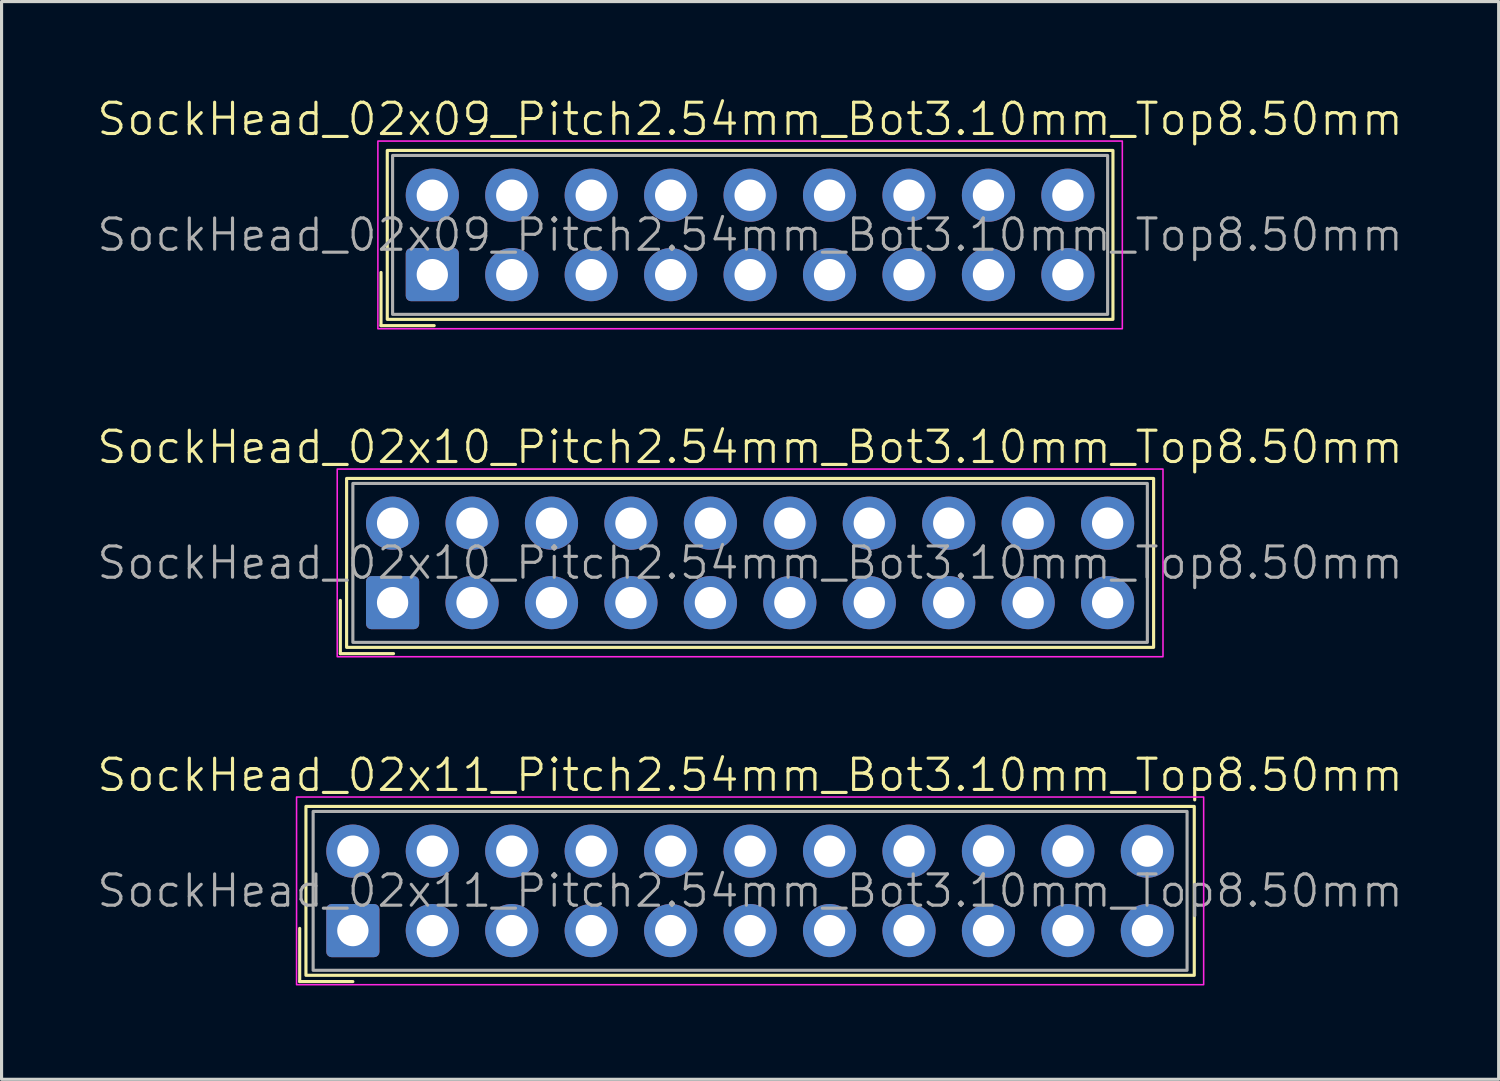
<source format=kicad_pcb>
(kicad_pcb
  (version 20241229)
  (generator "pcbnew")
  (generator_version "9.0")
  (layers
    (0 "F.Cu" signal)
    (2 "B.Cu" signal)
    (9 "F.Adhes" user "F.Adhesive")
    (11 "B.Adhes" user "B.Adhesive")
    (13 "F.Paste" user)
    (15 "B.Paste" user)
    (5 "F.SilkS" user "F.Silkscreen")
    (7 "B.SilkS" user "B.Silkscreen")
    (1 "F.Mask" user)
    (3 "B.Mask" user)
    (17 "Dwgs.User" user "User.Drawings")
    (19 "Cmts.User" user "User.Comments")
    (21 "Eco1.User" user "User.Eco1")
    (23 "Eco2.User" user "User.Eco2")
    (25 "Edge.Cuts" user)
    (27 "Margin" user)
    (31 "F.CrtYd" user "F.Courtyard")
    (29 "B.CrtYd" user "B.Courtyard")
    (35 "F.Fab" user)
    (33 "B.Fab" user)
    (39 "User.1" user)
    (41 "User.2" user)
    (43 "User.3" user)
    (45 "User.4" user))
  (footprint "SockHead_02x10_Pitch2.54mm_Bot3.10mm_Top8.50mm"
    (layer "F.Cu")
    (at 20.931 14.946)
    (property "Reference" "SockHead_02x10_Pitch2.54mm_Bot3.10mm_Top8.50mm" (at 0 -3.7 0) (unlocked yes) (layer "F.SilkS") (effects (font (size 1 1) (thickness 0.1))))
    (attr through_hole)
    (fp_line (start -13.1 1.2) (end -13.1 2.9) (stroke (width 0.1) (type default)) (layer "F.SilkS"))
    (fp_line (start -13.1 2.9) (end -11.4 2.9) (stroke (width 0.1) (type default)) (layer "F.SilkS"))
    (fp_rect (start -12.9 -2.7) (end 12.9 2.7) (stroke (width 0.1) (type default)) (fill no) (layer "F.SilkS"))
    (fp_rect (start -13.2 -3) (end 13.2 3) (stroke (width 0.05) (type default)) (fill no) (layer "F.CrtYd"))
    (fp_rect (start -12.7 -2.54) (end 12.7 2.54) (stroke (width 0.1) (type default)) (fill no) (layer "F.Fab"))
    (fp_text user "${REFERENCE}" (at 0 0 0) (unlocked yes) (layer "F.Fab") (effects (font (size 1 1) (thickness 0.1))))
    (pad "1" thru_hole roundrect (at -11.43 1.27) (size 1.7 1.7) (drill 1) (layers "*.Cu" "*.Mask") (roundrect_rratio 0.1))
    (pad "2" thru_hole circle (at -11.43 -1.27) (size 1.7 1.7) (drill 1) (layers "*.Cu" "*.Mask"))
    (pad "3" thru_hole circle (at -8.89 1.27) (size 1.7 1.7) (drill 1) (layers "*.Cu" "*.Mask"))
    (pad "4" thru_hole circle (at -8.89 -1.27) (size 1.7 1.7) (drill 1) (layers "*.Cu" "*.Mask"))
    (pad "5" thru_hole circle (at -6.35 1.27) (size 1.7 1.7) (drill 1) (layers "*.Cu" "*.Mask"))
    (pad "6" thru_hole circle (at -6.35 -1.27) (size 1.7 1.7) (drill 1) (layers "*.Cu" "*.Mask"))
    (pad "7" thru_hole circle (at -3.81 1.27) (size 1.7 1.7) (drill 1) (layers "*.Cu" "*.Mask"))
    (pad "8" thru_hole circle (at -3.81 -1.27) (size 1.7 1.7) (drill 1) (layers "*.Cu" "*.Mask"))
    (pad "9" thru_hole circle (at -1.27 1.27) (size 1.7 1.7) (drill 1) (layers "*.Cu" "*.Mask"))
    (pad "10" thru_hole circle (at -1.27 -1.27) (size 1.7 1.7) (drill 1) (layers "*.Cu" "*.Mask"))
    (pad "11" thru_hole circle (at 1.27 1.27) (size 1.7 1.7) (drill 1) (layers "*.Cu" "*.Mask"))
    (pad "12" thru_hole circle (at 1.27 -1.27) (size 1.7 1.7) (drill 1) (layers "*.Cu" "*.Mask"))
    (pad "13" thru_hole circle (at 3.81 1.27) (size 1.7 1.7) (drill 1) (layers "*.Cu" "*.Mask"))
    (pad "14" thru_hole circle (at 3.81 -1.27) (size 1.7 1.7) (drill 1) (layers "*.Cu" "*.Mask"))
    (pad "15" thru_hole circle (at 6.35 1.27) (size 1.7 1.7) (drill 1) (layers "*.Cu" "*.Mask"))
    (pad "16" thru_hole circle (at 6.35 -1.27) (size 1.7 1.7) (drill 1) (layers "*.Cu" "*.Mask"))
    (pad "17" thru_hole circle (at 8.89 1.27) (size 1.7 1.7) (drill 1) (layers "*.Cu" "*.Mask"))
    (pad "18" thru_hole circle (at 8.89 -1.27) (size 1.7 1.7) (drill 1) (layers "*.Cu" "*.Mask"))
    (pad "19" thru_hole circle (at 11.43 1.27) (size 1.7 1.7) (drill 1) (layers "*.Cu" "*.Mask"))
    (pad "20" thru_hole circle (at 11.43 -1.27) (size 1.7 1.7) (drill 1) (layers "*.Cu" "*.Mask")))
  (footprint "SockHead_02x11_Pitch2.54mm_Bot3.10mm_Top8.50mm"
    (layer "F.Cu")
    (at 20.931 25.431)
    (property "Reference" "SockHead_02x11_Pitch2.54mm_Bot3.10mm_Top8.50mm" (at 0 -3.7 0) (unlocked yes) (layer "F.SilkS") (effects (font (size 1 1) (thickness 0.1))))
    (attr through_hole)
    (fp_line (start -14.4 1.2) (end -14.4 2.9) (stroke (width 0.1) (type default)) (layer "F.SilkS"))
    (fp_line (start -14.4 2.9) (end -12.7 2.9) (stroke (width 0.1) (type default)) (layer "F.SilkS"))
    (fp_rect (start -14.2 -2.7) (end 14.2 2.7) (stroke (width 0.1) (type default)) (fill no) (layer "F.SilkS"))
    (fp_rect (start -14.5 -3) (end 14.5 3) (stroke (width 0.05) (type default)) (fill no) (layer "F.CrtYd"))
    (fp_rect (start -13.97 -2.54) (end 13.97 2.54) (stroke (width 0.1) (type default)) (fill no) (layer "F.Fab"))
    (fp_text user "${REFERENCE}" (at 0 0 0) (unlocked yes) (layer "F.Fab") (effects (font (size 1 1) (thickness 0.1))))
    (pad "1" thru_hole roundrect (at -12.7 1.27) (size 1.7 1.7) (drill 1) (layers "*.Cu" "*.Mask") (roundrect_rratio 0.1))
    (pad "2" thru_hole circle (at -12.7 -1.27) (size 1.7 1.7) (drill 1) (layers "*.Cu" "*.Mask"))
    (pad "3" thru_hole circle (at -10.16 1.27) (size 1.7 1.7) (drill 1) (layers "*.Cu" "*.Mask"))
    (pad "4" thru_hole circle (at -10.16 -1.27) (size 1.7 1.7) (drill 1) (layers "*.Cu" "*.Mask"))
    (pad "5" thru_hole circle (at -7.62 1.27) (size 1.7 1.7) (drill 1) (layers "*.Cu" "*.Mask"))
    (pad "6" thru_hole circle (at -7.62 -1.27) (size 1.7 1.7) (drill 1) (layers "*.Cu" "*.Mask"))
    (pad "7" thru_hole circle (at -5.08 1.27) (size 1.7 1.7) (drill 1) (layers "*.Cu" "*.Mask"))
    (pad "8" thru_hole circle (at -5.08 -1.27) (size 1.7 1.7) (drill 1) (layers "*.Cu" "*.Mask"))
    (pad "9" thru_hole circle (at -2.54 1.27) (size 1.7 1.7) (drill 1) (layers "*.Cu" "*.Mask"))
    (pad "10" thru_hole circle (at -2.54 -1.27) (size 1.7 1.7) (drill 1) (layers "*.Cu" "*.Mask"))
    (pad "11" thru_hole circle (at 0 1.27) (size 1.7 1.7) (drill 1) (layers "*.Cu" "*.Mask"))
    (pad "12" thru_hole circle (at 0 -1.27) (size 1.7 1.7) (drill 1) (layers "*.Cu" "*.Mask"))
    (pad "13" thru_hole circle (at 2.54 1.27) (size 1.7 1.7) (drill 1) (layers "*.Cu" "*.Mask"))
    (pad "14" thru_hole circle (at 2.54 -1.27) (size 1.7 1.7) (drill 1) (layers "*.Cu" "*.Mask"))
    (pad "15" thru_hole circle (at 5.08 1.27) (size 1.7 1.7) (drill 1) (layers "*.Cu" "*.Mask"))
    (pad "16" thru_hole circle (at 5.08 -1.27) (size 1.7 1.7) (drill 1) (layers "*.Cu" "*.Mask"))
    (pad "17" thru_hole circle (at 7.62 1.27) (size 1.7 1.7) (drill 1) (layers "*.Cu" "*.Mask"))
    (pad "18" thru_hole circle (at 7.62 -1.27) (size 1.7 1.7) (drill 1) (layers "*.Cu" "*.Mask"))
    (pad "19" thru_hole circle (at 10.16 1.27) (size 1.7 1.7) (drill 1) (layers "*.Cu" "*.Mask"))
    (pad "20" thru_hole circle (at 10.16 -1.27) (size 1.7 1.7) (drill 1) (layers "*.Cu" "*.Mask"))
    (pad "21" thru_hole circle (at 12.7 1.27) (size 1.7 1.7) (drill 1) (layers "*.Cu" "*.Mask"))
    (pad "22" thru_hole circle (at 12.7 -1.27) (size 1.7 1.7) (drill 1) (layers "*.Cu" "*.Mask")))
  (footprint "SockHead_02x09_Pitch2.54mm_Bot3.10mm_Top8.50mm"
    (layer "F.Cu")
    (at 20.931 4.46)
    (property "Reference" "SockHead_02x09_Pitch2.54mm_Bot3.10mm_Top8.50mm" (at 0 -3.7 0) (unlocked yes) (layer "F.SilkS") (effects (font (size 1 1) (thickness 0.1))))
    (attr through_hole)
    (fp_line (start -11.8 1.2) (end -11.8 2.9) (stroke (width 0.1) (type default)) (layer "F.SilkS"))
    (fp_line (start -11.8 2.9) (end -10.1 2.9) (stroke (width 0.1) (type default)) (layer "F.SilkS"))
    (fp_rect (start -11.6 -2.7) (end 11.6 2.7) (stroke (width 0.1) (type default)) (fill no) (layer "F.SilkS"))
    (fp_rect (start -11.9 -3) (end 11.9 3) (stroke (width 0.05) (type default)) (fill no) (layer "F.CrtYd"))
    (fp_rect (start -11.43 -2.54) (end 11.43 2.54) (stroke (width 0.1) (type default)) (fill no) (layer "F.Fab"))
    (fp_text user "${REFERENCE}" (at 0 0 0) (unlocked yes) (layer "F.Fab") (effects (font (size 1 1) (thickness 0.1))))
    (pad "1" thru_hole roundrect (at -10.16 1.27) (size 1.7 1.7) (drill 1) (layers "*.Cu" "*.Mask") (roundrect_rratio 0.1))
    (pad "2" thru_hole circle (at -10.16 -1.27) (size 1.7 1.7) (drill 1) (layers "*.Cu" "*.Mask"))
    (pad "3" thru_hole circle (at -7.62 1.27) (size 1.7 1.7) (drill 1) (layers "*.Cu" "*.Mask"))
    (pad "4" thru_hole circle (at -7.62 -1.27) (size 1.7 1.7) (drill 1) (layers "*.Cu" "*.Mask"))
    (pad "5" thru_hole circle (at -5.08 1.27) (size 1.7 1.7) (drill 1) (layers "*.Cu" "*.Mask"))
    (pad "6" thru_hole circle (at -5.08 -1.27) (size 1.7 1.7) (drill 1) (layers "*.Cu" "*.Mask"))
    (pad "7" thru_hole circle (at -2.54 1.27) (size 1.7 1.7) (drill 1) (layers "*.Cu" "*.Mask"))
    (pad "8" thru_hole circle (at -2.54 -1.27) (size 1.7 1.7) (drill 1) (layers "*.Cu" "*.Mask"))
    (pad "9" thru_hole circle (at 0 1.27) (size 1.7 1.7) (drill 1) (layers "*.Cu" "*.Mask"))
    (pad "10" thru_hole circle (at 0 -1.27) (size 1.7 1.7) (drill 1) (layers "*.Cu" "*.Mask"))
    (pad "11" thru_hole circle (at 2.54 1.27) (size 1.7 1.7) (drill 1) (layers "*.Cu" "*.Mask"))
    (pad "12" thru_hole circle (at 2.54 -1.27) (size 1.7 1.7) (drill 1) (layers "*.Cu" "*.Mask"))
    (pad "13" thru_hole circle (at 5.08 1.27) (size 1.7 1.7) (drill 1) (layers "*.Cu" "*.Mask"))
    (pad "14" thru_hole circle (at 5.08 -1.27) (size 1.7 1.7) (drill 1) (layers "*.Cu" "*.Mask"))
    (pad "15" thru_hole circle (at 7.62 1.27) (size 1.7 1.7) (drill 1) (layers "*.Cu" "*.Mask"))
    (pad "16" thru_hole circle (at 7.62 -1.27) (size 1.7 1.7) (drill 1) (layers "*.Cu" "*.Mask"))
    (pad "17" thru_hole circle (at 10.16 1.27) (size 1.7 1.7) (drill 1) (layers "*.Cu" "*.Mask"))
    (pad "18" thru_hole circle (at 10.16 -1.27) (size 1.7 1.7) (drill 1) (layers "*.Cu" "*.Mask")))
  (gr_rect
    (start -3 -3)
    (end 44.862 31.456)
    (stroke (width 0.1) (type default))
    (fill no)
    (layer "Edge.Cuts")))
</source>
